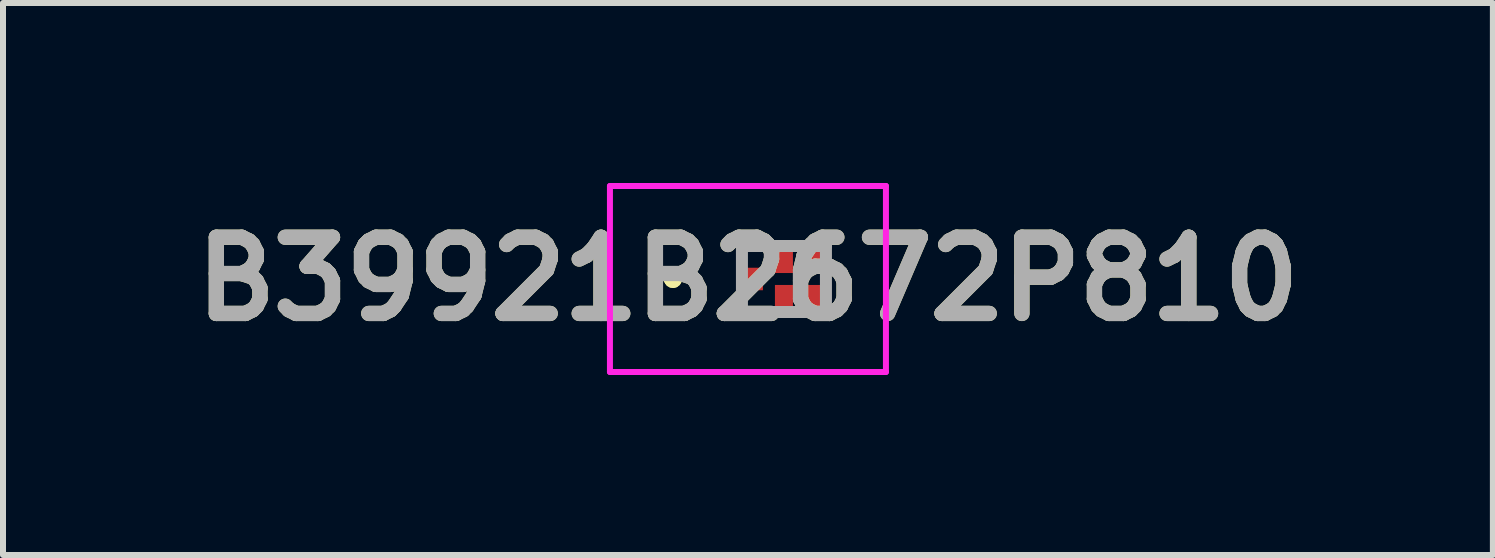
<source format=kicad_pcb>
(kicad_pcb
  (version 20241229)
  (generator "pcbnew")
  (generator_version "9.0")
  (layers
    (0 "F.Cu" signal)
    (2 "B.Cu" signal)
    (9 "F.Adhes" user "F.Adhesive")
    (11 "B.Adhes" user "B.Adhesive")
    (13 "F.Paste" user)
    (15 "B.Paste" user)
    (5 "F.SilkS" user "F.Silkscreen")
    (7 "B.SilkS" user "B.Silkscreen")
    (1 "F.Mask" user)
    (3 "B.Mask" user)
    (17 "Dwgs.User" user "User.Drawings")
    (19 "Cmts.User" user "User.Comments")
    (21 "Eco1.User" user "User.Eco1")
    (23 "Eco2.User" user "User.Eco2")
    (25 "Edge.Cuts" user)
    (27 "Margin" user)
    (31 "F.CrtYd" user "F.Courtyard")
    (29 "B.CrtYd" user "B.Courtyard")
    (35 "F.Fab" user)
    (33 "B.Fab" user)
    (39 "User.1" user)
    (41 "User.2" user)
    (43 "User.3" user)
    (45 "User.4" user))
  (footprint "B39921B2672P810"
    (layer "F.Cu")
    (at 10.016 1.6)
    (property "Reference" "B39921B2672P810" (at -0.6 0 0) (layer "F.SilkS") (effects (font (size 1.27 1.27) (thickness 0.254))))
    (attr smd)
    (fp_line (start -1.9 0) (end -1.9 0) (stroke (width 0.2) (type solid)) (layer "F.SilkS"))
    (fp_line (start -1.9 0) (end -1.9 0) (stroke (width 0.2) (type solid)) (layer "F.SilkS"))
    (fp_line (start -1.8 0) (end -1.8 0) (stroke (width 0.2) (type solid)) (layer "F.SilkS"))
    (fp_arc (start -1.9 0) (mid -1.85 -0.05) (end -1.8 0) (stroke (width 0.2) (type solid)) (layer "F.SilkS"))
    (fp_arc (start -1.8 0) (mid -1.85 0.05) (end -1.9 0) (stroke (width 0.2) (type solid)) (layer "F.SilkS"))
    (fp_arc (start -1.8 0) (mid -1.85 0.05) (end -1.9 0) (stroke (width 0.2) (type solid)) (layer "F.SilkS"))
    (fp_line (start -2.9 -1.55) (end 1.7 -1.55) (stroke (width 0.1) (type solid)) (layer "F.CrtYd"))
    (fp_line (start -2.9 1.55) (end -2.9 -1.55) (stroke (width 0.1) (type solid)) (layer "F.CrtYd"))
    (fp_line (start 1.7 -1.55) (end 1.7 1.55) (stroke (width 0.1) (type solid)) (layer "F.CrtYd"))
    (fp_line (start 1.7 1.55) (end -2.9 1.55) (stroke (width 0.1) (type solid)) (layer "F.CrtYd"))
    (fp_line (start -0.7 -0.55) (end -0.7 0.55) (stroke (width 0.2) (type solid)) (layer "F.Fab"))
    (fp_line (start -0.7 0.55) (end 0.7 0.55) (stroke (width 0.2) (type solid)) (layer "F.Fab"))
    (fp_line (start 0.7 -0.55) (end -0.7 -0.55) (stroke (width 0.2) (type solid)) (layer "F.Fab"))
    (fp_line (start 0.7 0.55) (end 0.7 -0.55) (stroke (width 0.2) (type solid)) (layer "F.Fab"))
    (fp_text user "${REFERENCE}" (at -0.6 0 0) (layer "F.Fab") (effects (font (size 1.27 1.27) (thickness 0.254))))
    (pad "1" smd rect (at -0.5 0) (size 0.3 0.375) (layers "F.Cu" "F.Mask" "F.Paste"))
    (pad "2" smd rect (at 0 0.287) (size 0.3 0.375) (layers "F.Cu" "F.Mask" "F.Paste"))
    (pad "3" smd rect (at 0.5 0.287) (size 0.3 0.375) (layers "F.Cu" "F.Mask" "F.Paste"))
    (pad "4" smd rect (at 0.5 -0.287) (size 0.3 0.375) (layers "F.Cu" "F.Mask" "F.Paste"))
    (pad "5" smd rect (at 0 -0.287) (size 0.3 0.375) (layers "F.Cu" "F.Mask" "F.Paste")))
  (gr_rect
    (start -3 -3)
    (end 21.832 6.2)
    (stroke (width 0.1) (type default))
    (fill no)
    (layer "Edge.Cuts")))
</source>
